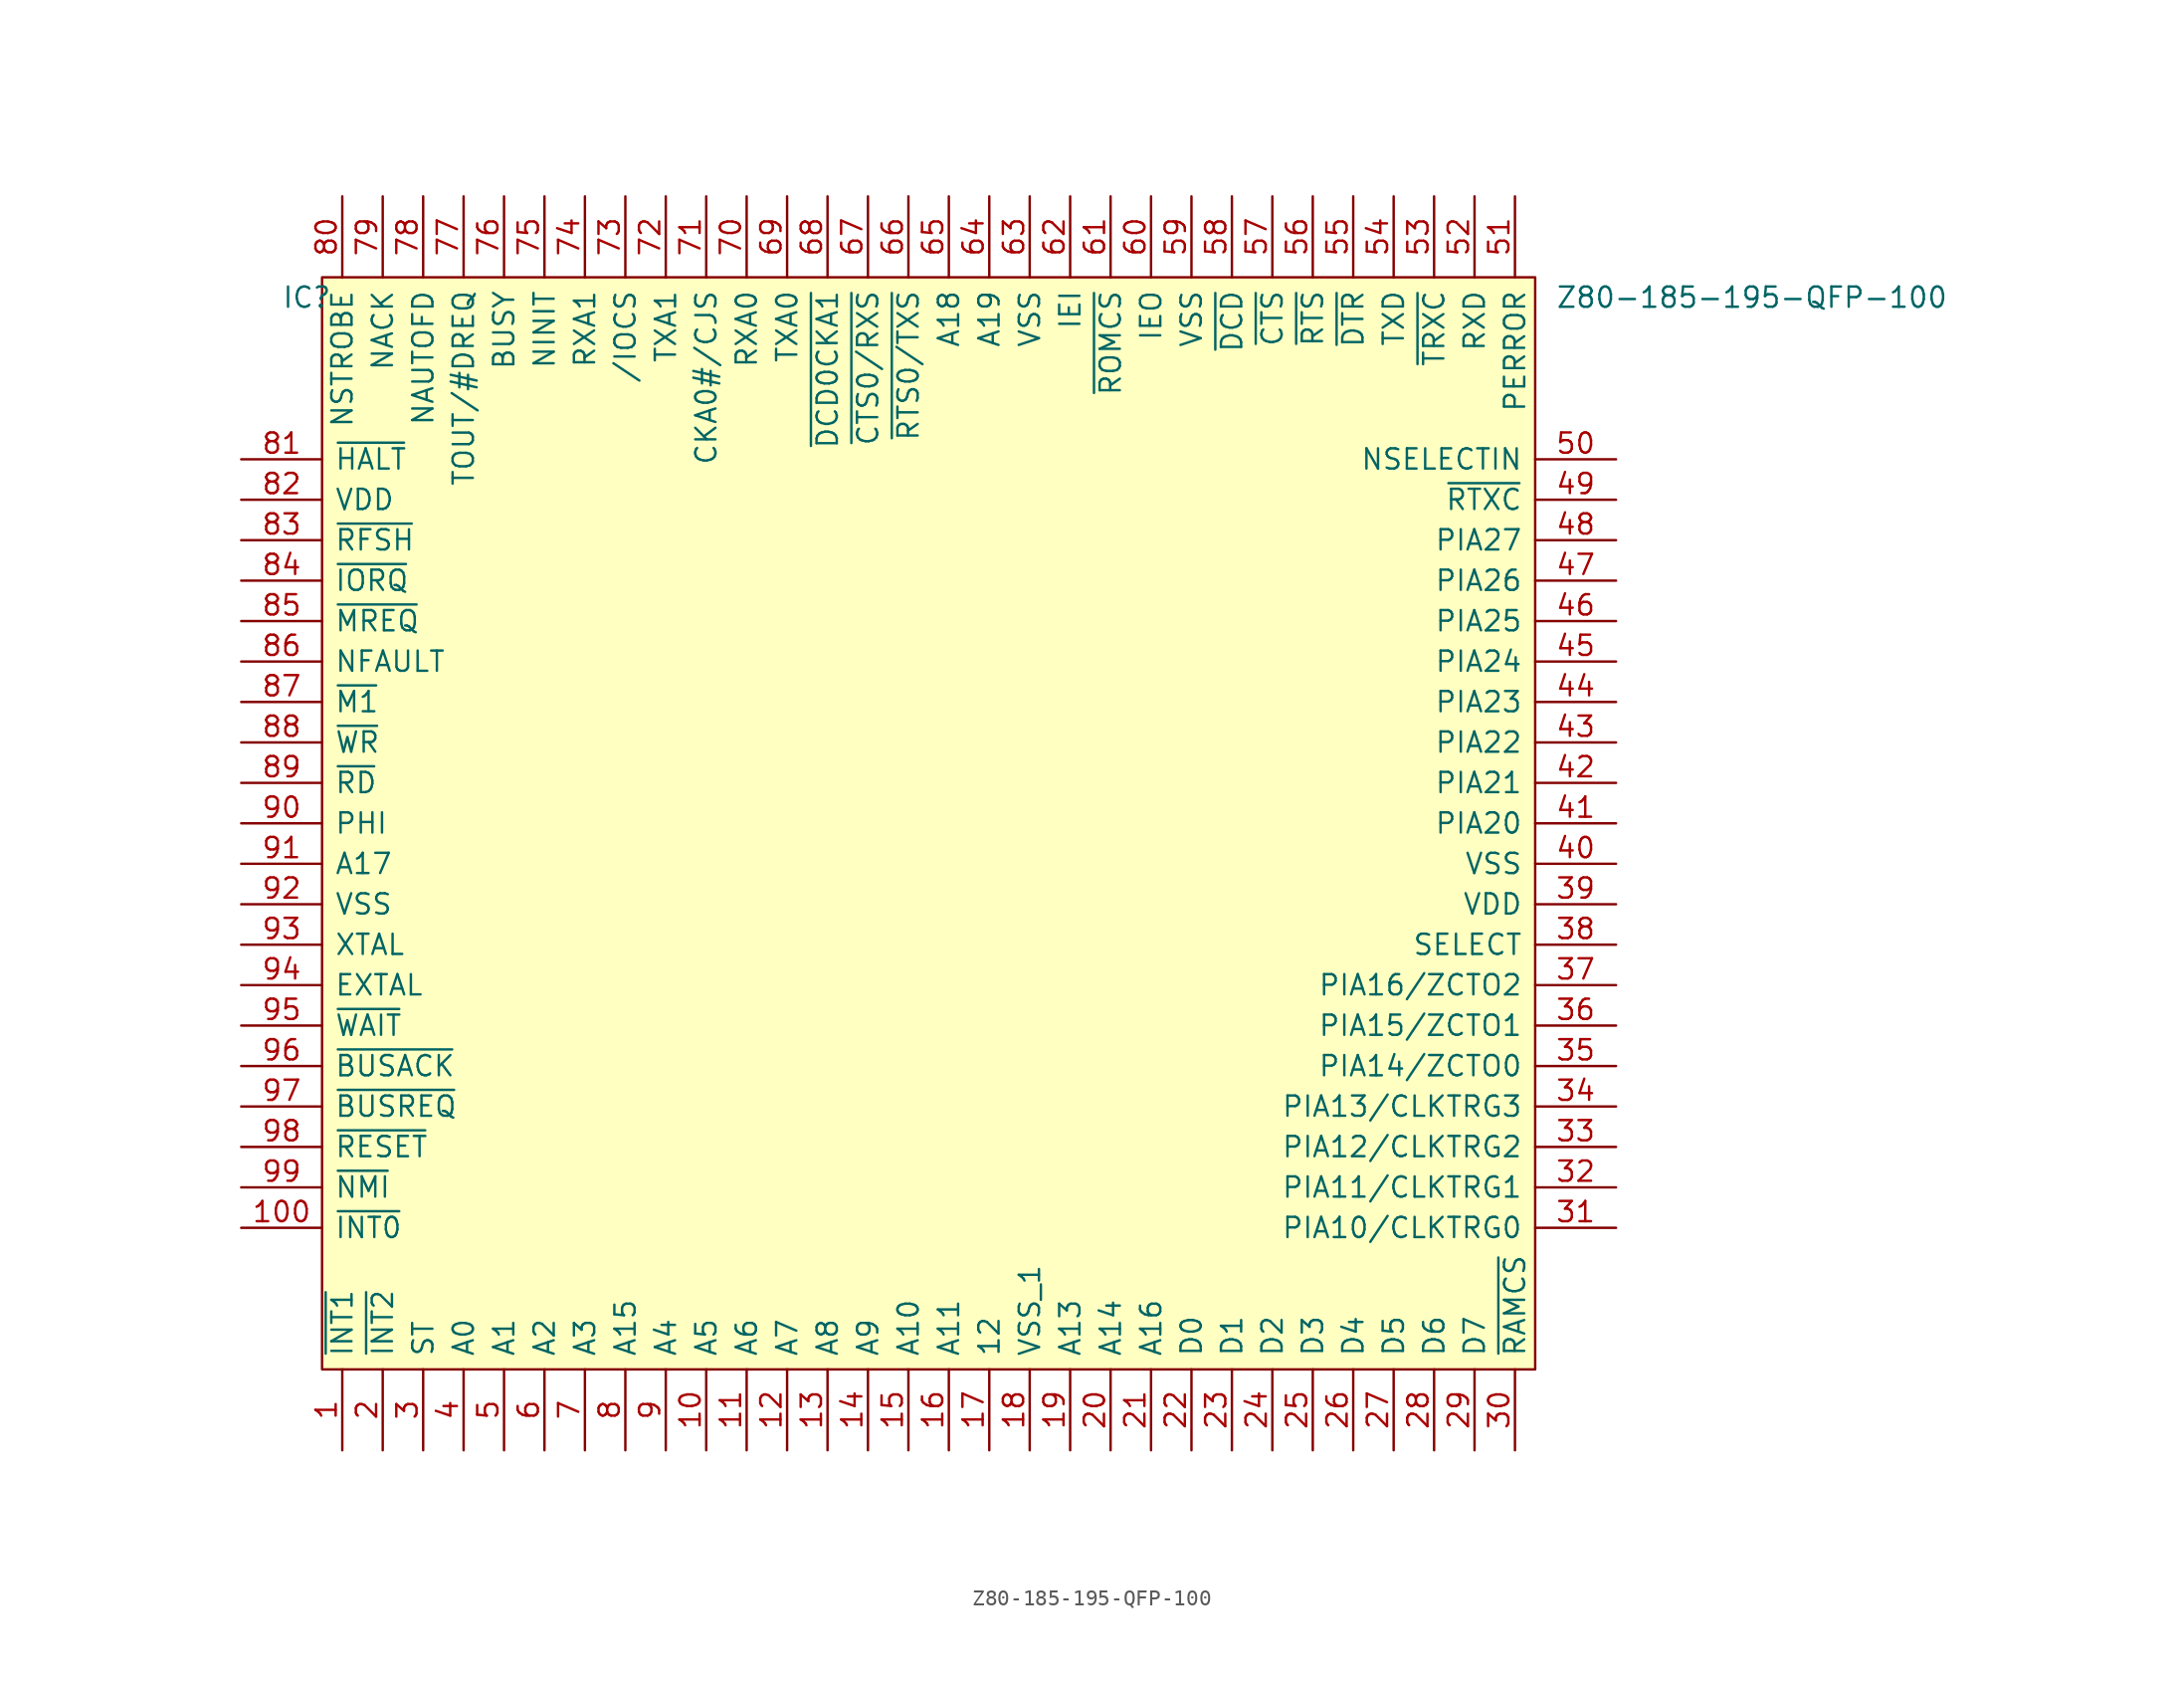
<source format=kicad_sym>
(kicad_symbol_lib
  (version 20231120)
  (generator "kicad_symbol_editor")
  (generator_version "8.0")
  (symbol "Z80-185-195-QFP-100"
    (pin_names
      (offset 0.762))
    (property "Reference" "IC"
      (at -2.54 -1.27 0)
      (effects (font (size 1.27 1.27)) (justify left)))
    (property "Value" "Z80-185-195-QFP-100"
      (at 77.47 -1.27 0)
      (effects (font (size 1.27 1.27)) (justify left)))
    (symbol "Z80-185-195-QFP-100_0_0"
      (pin bidirectional line (at 1.27 -73.66 90) (length 5.08) (name "~{INT1}" (effects (font (size 1.27 1.27)))) (number "1" (effects (font (size 1.27 1.27)))))
      (pin bidirectional line (at 24.13 -73.66 90) (length 5.08) (name "A5" (effects (font (size 1.27 1.27)))) (number "10" (effects (font (size 1.27 1.27)))))
      (pin bidirectional line (at -5.08 -59.69 0) (length 5.08) (name "~{INT0}" (effects (font (size 1.27 1.27)))) (number "100" (effects (font (size 1.27 1.27)))))
      (pin bidirectional line (at 26.67 -73.66 90) (length 5.08) (name "A6" (effects (font (size 1.27 1.27)))) (number "11" (effects (font (size 1.27 1.27)))))
      (pin bidirectional line (at 29.21 -73.66 90) (length 5.08) (name "A7" (effects (font (size 1.27 1.27)))) (number "12" (effects (font (size 1.27 1.27)))))
      (pin bidirectional line (at 31.75 -73.66 90) (length 5.08) (name "A8" (effects (font (size 1.27 1.27)))) (number "13" (effects (font (size 1.27 1.27)))))
      (pin bidirectional line (at 34.29 -73.66 90) (length 5.08) (name "A9" (effects (font (size 1.27 1.27)))) (number "14" (effects (font (size 1.27 1.27)))))
      (pin bidirectional line (at 36.83 -73.66 90) (length 5.08) (name "A10" (effects (font (size 1.27 1.27)))) (number "15" (effects (font (size 1.27 1.27)))))
      (pin bidirectional line (at 39.37 -73.66 90) (length 5.08) (name "A11" (effects (font (size 1.27 1.27)))) (number "16" (effects (font (size 1.27 1.27)))))
      (pin bidirectional line (at 41.91 -73.66 90) (length 5.08) (name "12" (effects (font (size 1.27 1.27)))) (number "17" (effects (font (size 1.27 1.27)))))
      (pin bidirectional line (at 44.45 -73.66 90) (length 5.08) (name "VSS_1" (effects (font (size 1.27 1.27)))) (number "18" (effects (font (size 1.27 1.27)))))
      (pin bidirectional line (at 46.99 -73.66 90) (length 5.08) (name "A13" (effects (font (size 1.27 1.27)))) (number "19" (effects (font (size 1.27 1.27)))))
      (pin bidirectional line (at 3.81 -73.66 90) (length 5.08) (name "~{INT2}" (effects (font (size 1.27 1.27)))) (number "2" (effects (font (size 1.27 1.27)))))
      (pin bidirectional line (at 49.53 -73.66 90) (length 5.08) (name "A14" (effects (font (size 1.27 1.27)))) (number "20" (effects (font (size 1.27 1.27)))))
      (pin bidirectional line (at 52.07 -73.66 90) (length 5.08) (name "A16" (effects (font (size 1.27 1.27)))) (number "21" (effects (font (size 1.27 1.27)))))
      (pin bidirectional line (at 54.61 -73.66 90) (length 5.08) (name "D0" (effects (font (size 1.27 1.27)))) (number "22" (effects (font (size 1.27 1.27)))))
      (pin bidirectional line (at 57.15 -73.66 90) (length 5.08) (name "D1" (effects (font (size 1.27 1.27)))) (number "23" (effects (font (size 1.27 1.27)))))
      (pin bidirectional line (at 59.69 -73.66 90) (length 5.08) (name "D2" (effects (font (size 1.27 1.27)))) (number "24" (effects (font (size 1.27 1.27)))))
      (pin bidirectional line (at 62.23 -73.66 90) (length 5.08) (name "D3" (effects (font (size 1.27 1.27)))) (number "25" (effects (font (size 1.27 1.27)))))
      (pin bidirectional line (at 64.77 -73.66 90) (length 5.08) (name "D4" (effects (font (size 1.27 1.27)))) (number "26" (effects (font (size 1.27 1.27)))))
      (pin bidirectional line (at 67.31 -73.66 90) (length 5.08) (name "D5" (effects (font (size 1.27 1.27)))) (number "27" (effects (font (size 1.27 1.27)))))
      (pin bidirectional line (at 69.85 -73.66 90) (length 5.08) (name "D6" (effects (font (size 1.27 1.27)))) (number "28" (effects (font (size 1.27 1.27)))))
      (pin bidirectional line (at 72.39 -73.66 90) (length 5.08) (name "D7" (effects (font (size 1.27 1.27)))) (number "29" (effects (font (size 1.27 1.27)))))
      (pin bidirectional line (at 6.35 -73.66 90) (length 5.08) (name "ST" (effects (font (size 1.27 1.27)))) (number "3" (effects (font (size 1.27 1.27)))))
      (pin bidirectional line (at 74.93 -73.66 90) (length 5.08) (name "~{RAMCS}" (effects (font (size 1.27 1.27)))) (number "30" (effects (font (size 1.27 1.27)))))
      (pin bidirectional line (at 81.28 -59.69 180) (length 5.08) (name "PIA10/CLKTRG0" (effects (font (size 1.27 1.27)))) (number "31" (effects (font (size 1.27 1.27)))))
      (pin bidirectional line (at 81.28 -57.15 180) (length 5.08) (name "PIA11/CLKTRG1" (effects (font (size 1.27 1.27)))) (number "32" (effects (font (size 1.27 1.27)))))
      (pin bidirectional line (at 81.28 -54.61 180) (length 5.08) (name "PIA12/CLKTRG2" (effects (font (size 1.27 1.27)))) (number "33" (effects (font (size 1.27 1.27)))))
      (pin bidirectional line (at 81.28 -52.07 180) (length 5.08) (name "PIA13/CLKTRG3" (effects (font (size 1.27 1.27)))) (number "34" (effects (font (size 1.27 1.27)))))
      (pin bidirectional line (at 81.28 -49.53 180) (length 5.08) (name "PIA14/ZCTO0" (effects (font (size 1.27 1.27)))) (number "35" (effects (font (size 1.27 1.27)))))
      (pin bidirectional line (at 81.28 -46.99 180) (length 5.08) (name "PIA15/ZCTO1" (effects (font (size 1.27 1.27)))) (number "36" (effects (font (size 1.27 1.27)))))
      (pin bidirectional line (at 81.28 -44.45 180) (length 5.08) (name "PIA16/ZCTO2" (effects (font (size 1.27 1.27)))) (number "37" (effects (font (size 1.27 1.27)))))
      (pin bidirectional line (at 81.28 -41.91 180) (length 5.08) (name "SELECT" (effects (font (size 1.27 1.27)))) (number "38" (effects (font (size 1.27 1.27)))))
      (pin bidirectional line (at 81.28 -39.37 180) (length 5.08) (name "VDD" (effects (font (size 1.27 1.27)))) (number "39" (effects (font (size 1.27 1.27)))))
      (pin bidirectional line (at 8.89 -73.66 90) (length 5.08) (name "A0" (effects (font (size 1.27 1.27)))) (number "4" (effects (font (size 1.27 1.27)))))
      (pin bidirectional line (at 81.28 -36.83 180) (length 5.08) (name "VSS" (effects (font (size 1.27 1.27)))) (number "40" (effects (font (size 1.27 1.27)))))
      (pin bidirectional line (at 81.28 -34.29 180) (length 5.08) (name "PIA20" (effects (font (size 1.27 1.27)))) (number "41" (effects (font (size 1.27 1.27)))))
      (pin bidirectional line (at 81.28 -31.75 180) (length 5.08) (name "PIA21" (effects (font (size 1.27 1.27)))) (number "42" (effects (font (size 1.27 1.27)))))
      (pin bidirectional line (at 81.28 -29.21 180) (length 5.08) (name "PIA22" (effects (font (size 1.27 1.27)))) (number "43" (effects (font (size 1.27 1.27)))))
      (pin bidirectional line (at 81.28 -26.67 180) (length 5.08) (name "PIA23" (effects (font (size 1.27 1.27)))) (number "44" (effects (font (size 1.27 1.27)))))
      (pin bidirectional line (at 81.28 -24.13 180) (length 5.08) (name "PIA24" (effects (font (size 1.27 1.27)))) (number "45" (effects (font (size 1.27 1.27)))))
      (pin bidirectional line (at 81.28 -21.59 180) (length 5.08) (name "PIA25" (effects (font (size 1.27 1.27)))) (number "46" (effects (font (size 1.27 1.27)))))
      (pin bidirectional line (at 81.28 -19.05 180) (length 5.08) (name "PIA26" (effects (font (size 1.27 1.27)))) (number "47" (effects (font (size 1.27 1.27)))))
      (pin bidirectional line (at 81.28 -16.51 180) (length 5.08) (name "PIA27" (effects (font (size 1.27 1.27)))) (number "48" (effects (font (size 1.27 1.27)))))
      (pin bidirectional line (at 81.28 -13.97 180) (length 5.08) (name "~{RTXC}" (effects (font (size 1.27 1.27)))) (number "49" (effects (font (size 1.27 1.27)))))
      (pin bidirectional line (at 11.43 -73.66 90) (length 5.08) (name "A1" (effects (font (size 1.27 1.27)))) (number "5" (effects (font (size 1.27 1.27)))))
      (pin bidirectional line (at 81.28 -11.43 180) (length 5.08) (name "NSELECTIN" (effects (font (size 1.27 1.27)))) (number "50" (effects (font (size 1.27 1.27)))))
      (pin bidirectional line (at 74.93 5.08 270) (length 5.08) (name "PERROR" (effects (font (size 1.27 1.27)))) (number "51" (effects (font (size 1.27 1.27)))))
      (pin bidirectional line (at 72.39 5.08 270) (length 5.08) (name "RXD" (effects (font (size 1.27 1.27)))) (number "52" (effects (font (size 1.27 1.27)))))
      (pin bidirectional line (at 69.85 5.08 270) (length 5.08) (name "~{TRXC}" (effects (font (size 1.27 1.27)))) (number "53" (effects (font (size 1.27 1.27)))))
      (pin bidirectional line (at 67.31 5.08 270) (length 5.08) (name "TXD" (effects (font (size 1.27 1.27)))) (number "54" (effects (font (size 1.27 1.27)))))
      (pin bidirectional line (at 64.77 5.08 270) (length 5.08) (name "~{DTR}" (effects (font (size 1.27 1.27)))) (number "55" (effects (font (size 1.27 1.27)))))
      (pin bidirectional line (at 62.23 5.08 270) (length 5.08) (name "~{RTS}" (effects (font (size 1.27 1.27)))) (number "56" (effects (font (size 1.27 1.27)))))
      (pin bidirectional line (at 59.69 5.08 270) (length 5.08) (name "~{CTS}" (effects (font (size 1.27 1.27)))) (number "57" (effects (font (size 1.27 1.27)))))
      (pin bidirectional line (at 57.15 5.08 270) (length 5.08) (name "~{DCD}" (effects (font (size 1.27 1.27)))) (number "58" (effects (font (size 1.27 1.27)))))
      (pin bidirectional line (at 54.61 5.08 270) (length 5.08) (name "VSS" (effects (font (size 1.27 1.27)))) (number "59" (effects (font (size 1.27 1.27)))))
      (pin bidirectional line (at 13.97 -73.66 90) (length 5.08) (name "A2" (effects (font (size 1.27 1.27)))) (number "6" (effects (font (size 1.27 1.27)))))
      (pin bidirectional line (at 52.07 5.08 270) (length 5.08) (name "IEO" (effects (font (size 1.27 1.27)))) (number "60" (effects (font (size 1.27 1.27)))))
      (pin bidirectional line (at 49.53 5.08 270) (length 5.08) (name "~{ROMCS}" (effects (font (size 1.27 1.27)))) (number "61" (effects (font (size 1.27 1.27)))))
      (pin bidirectional line (at 46.99 5.08 270) (length 5.08) (name "IEI" (effects (font (size 1.27 1.27)))) (number "62" (effects (font (size 1.27 1.27)))))
      (pin bidirectional line (at 44.45 5.08 270) (length 5.08) (name "VSS" (effects (font (size 1.27 1.27)))) (number "63" (effects (font (size 1.27 1.27)))))
      (pin bidirectional line (at 41.91 5.08 270) (length 5.08) (name "A19" (effects (font (size 1.27 1.27)))) (number "64" (effects (font (size 1.27 1.27)))))
      (pin bidirectional line (at 39.37 5.08 270) (length 5.08) (name "A18" (effects (font (size 1.27 1.27)))) (number "65" (effects (font (size 1.27 1.27)))))
      (pin bidirectional line (at 36.83 5.08 270) (length 5.08) (name "~{RTS0/TXS}" (effects (font (size 1.27 1.27)))) (number "66" (effects (font (size 1.27 1.27)))))
      (pin bidirectional line (at 34.29 5.08 270) (length 5.08) (name "~{CTS0/RXS}" (effects (font (size 1.27 1.27)))) (number "67" (effects (font (size 1.27 1.27)))))
      (pin bidirectional line (at 31.75 5.08 270) (length 5.08) (name "~{DCD0CKA1}" (effects (font (size 1.27 1.27)))) (number "68" (effects (font (size 1.27 1.27)))))
      (pin bidirectional line (at 29.21 5.08 270) (length 5.08) (name "TXA0" (effects (font (size 1.27 1.27)))) (number "69" (effects (font (size 1.27 1.27)))))
      (pin bidirectional line (at 16.51 -73.66 90) (length 5.08) (name "A3" (effects (font (size 1.27 1.27)))) (number "7" (effects (font (size 1.27 1.27)))))
      (pin bidirectional line (at 26.67 5.08 270) (length 5.08) (name "RXA0" (effects (font (size 1.27 1.27)))) (number "70" (effects (font (size 1.27 1.27)))))
      (pin bidirectional line (at 24.13 5.08 270) (length 5.08) (name "CKA0#/CJS" (effects (font (size 1.27 1.27)))) (number "71" (effects (font (size 1.27 1.27)))))
      (pin bidirectional line (at 21.59 5.08 270) (length 5.08) (name "TXA1" (effects (font (size 1.27 1.27)))) (number "72" (effects (font (size 1.27 1.27)))))
      (pin bidirectional line (at 19.05 5.08 270) (length 5.08) (name "/IOCS" (effects (font (size 1.27 1.27)))) (number "73" (effects (font (size 1.27 1.27)))))
      (pin bidirectional line (at 16.51 5.08 270) (length 5.08) (name "RXA1" (effects (font (size 1.27 1.27)))) (number "74" (effects (font (size 1.27 1.27)))))
      (pin bidirectional line (at 13.97 5.08 270) (length 5.08) (name "NINIT" (effects (font (size 1.27 1.27)))) (number "75" (effects (font (size 1.27 1.27)))))
      (pin bidirectional line (at 11.43 5.08 270) (length 5.08) (name "BUSY" (effects (font (size 1.27 1.27)))) (number "76" (effects (font (size 1.27 1.27)))))
      (pin bidirectional line (at 8.89 5.08 270) (length 5.08) (name "TOUT/#DREQ" (effects (font (size 1.27 1.27)))) (number "77" (effects (font (size 1.27 1.27)))))
      (pin bidirectional line (at 6.35 5.08 270) (length 5.08) (name "NAUTOFD" (effects (font (size 1.27 1.27)))) (number "78" (effects (font (size 1.27 1.27)))))
      (pin bidirectional line (at 3.81 5.08 270) (length 5.08) (name "NACK" (effects (font (size 1.27 1.27)))) (number "79" (effects (font (size 1.27 1.27)))))
      (pin bidirectional line (at 19.05 -73.66 90) (length 5.08) (name "A15" (effects (font (size 1.27 1.27)))) (number "8" (effects (font (size 1.27 1.27)))))
      (pin bidirectional line (at 1.27 5.08 270) (length 5.08) (name "NSTROBE" (effects (font (size 1.27 1.27)))) (number "80" (effects (font (size 1.27 1.27)))))
      (pin bidirectional line (at -5.08 -11.43 0) (length 5.08) (name "~{HALT}" (effects (font (size 1.27 1.27)))) (number "81" (effects (font (size 1.27 1.27)))))
      (pin bidirectional line (at -5.08 -13.97 0) (length 5.08) (name "VDD" (effects (font (size 1.27 1.27)))) (number "82" (effects (font (size 1.27 1.27)))))
      (pin bidirectional line (at -5.08 -16.51 0) (length 5.08) (name "~{RFSH}" (effects (font (size 1.27 1.27)))) (number "83" (effects (font (size 1.27 1.27)))))
      (pin bidirectional line (at -5.08 -19.05 0) (length 5.08) (name "~{IORQ}" (effects (font (size 1.27 1.27)))) (number "84" (effects (font (size 1.27 1.27)))))
      (pin bidirectional line (at -5.08 -21.59 0) (length 5.08) (name "~{MREQ}" (effects (font (size 1.27 1.27)))) (number "85" (effects (font (size 1.27 1.27)))))
      (pin bidirectional line (at -5.08 -24.13 0) (length 5.08) (name "NFAULT" (effects (font (size 1.27 1.27)))) (number "86" (effects (font (size 1.27 1.27)))))
      (pin bidirectional line (at -5.08 -26.67 0) (length 5.08) (name "~{M1}" (effects (font (size 1.27 1.27)))) (number "87" (effects (font (size 1.27 1.27)))))
      (pin bidirectional line (at -5.08 -29.21 0) (length 5.08) (name "~{WR}" (effects (font (size 1.27 1.27)))) (number "88" (effects (font (size 1.27 1.27)))))
      (pin bidirectional line (at -5.08 -31.75 0) (length 5.08) (name "~{RD}" (effects (font (size 1.27 1.27)))) (number "89" (effects (font (size 1.27 1.27)))))
      (pin bidirectional line (at 21.59 -73.66 90) (length 5.08) (name "A4" (effects (font (size 1.27 1.27)))) (number "9" (effects (font (size 1.27 1.27)))))
      (pin bidirectional line (at -5.08 -34.29 0) (length 5.08) (name "PHI" (effects (font (size 1.27 1.27)))) (number "90" (effects (font (size 1.27 1.27)))))
      (pin bidirectional line (at -5.08 -36.83 0) (length 5.08) (name "A17" (effects (font (size 1.27 1.27)))) (number "91" (effects (font (size 1.27 1.27)))))
      (pin bidirectional line (at -5.08 -39.37 0) (length 5.08) (name "VSS" (effects (font (size 1.27 1.27)))) (number "92" (effects (font (size 1.27 1.27)))))
      (pin bidirectional line (at -5.08 -41.91 0) (length 5.08) (name "XTAL" (effects (font (size 1.27 1.27)))) (number "93" (effects (font (size 1.27 1.27)))))
      (pin bidirectional line (at -5.08 -44.45 0) (length 5.08) (name "EXTAL" (effects (font (size 1.27 1.27)))) (number "94" (effects (font (size 1.27 1.27)))))
      (pin bidirectional line (at -5.08 -46.99 0) (length 5.08) (name "~{WAIT}" (effects (font (size 1.27 1.27)))) (number "95" (effects (font (size 1.27 1.27)))))
      (pin bidirectional line (at -5.08 -49.53 0) (length 5.08) (name "~{BUSACK}" (effects (font (size 1.27 1.27)))) (number "96" (effects (font (size 1.27 1.27)))))
      (pin bidirectional line (at -5.08 -52.07 0) (length 5.08) (name "~{BUSREQ}" (effects (font (size 1.27 1.27)))) (number "97" (effects (font (size 1.27 1.27)))))
      (pin bidirectional line (at -5.08 -54.61 0) (length 5.08) (name "~{RESET}" (effects (font (size 1.27 1.27)))) (number "98" (effects (font (size 1.27 1.27)))))
      (pin bidirectional line (at -5.08 -57.15 0) (length 5.08) (name "~{NMI}" (effects (font (size 1.27 1.27)))) (number "99" (effects (font (size 1.27 1.27))))))
    (symbol "Z80-185-195-QFP-100_0_1"
      (rectangle (start 0 0) (end 76.2 -68.58) (stroke (width 0.152) (type solid)) (fill (type background))))))
</source>
